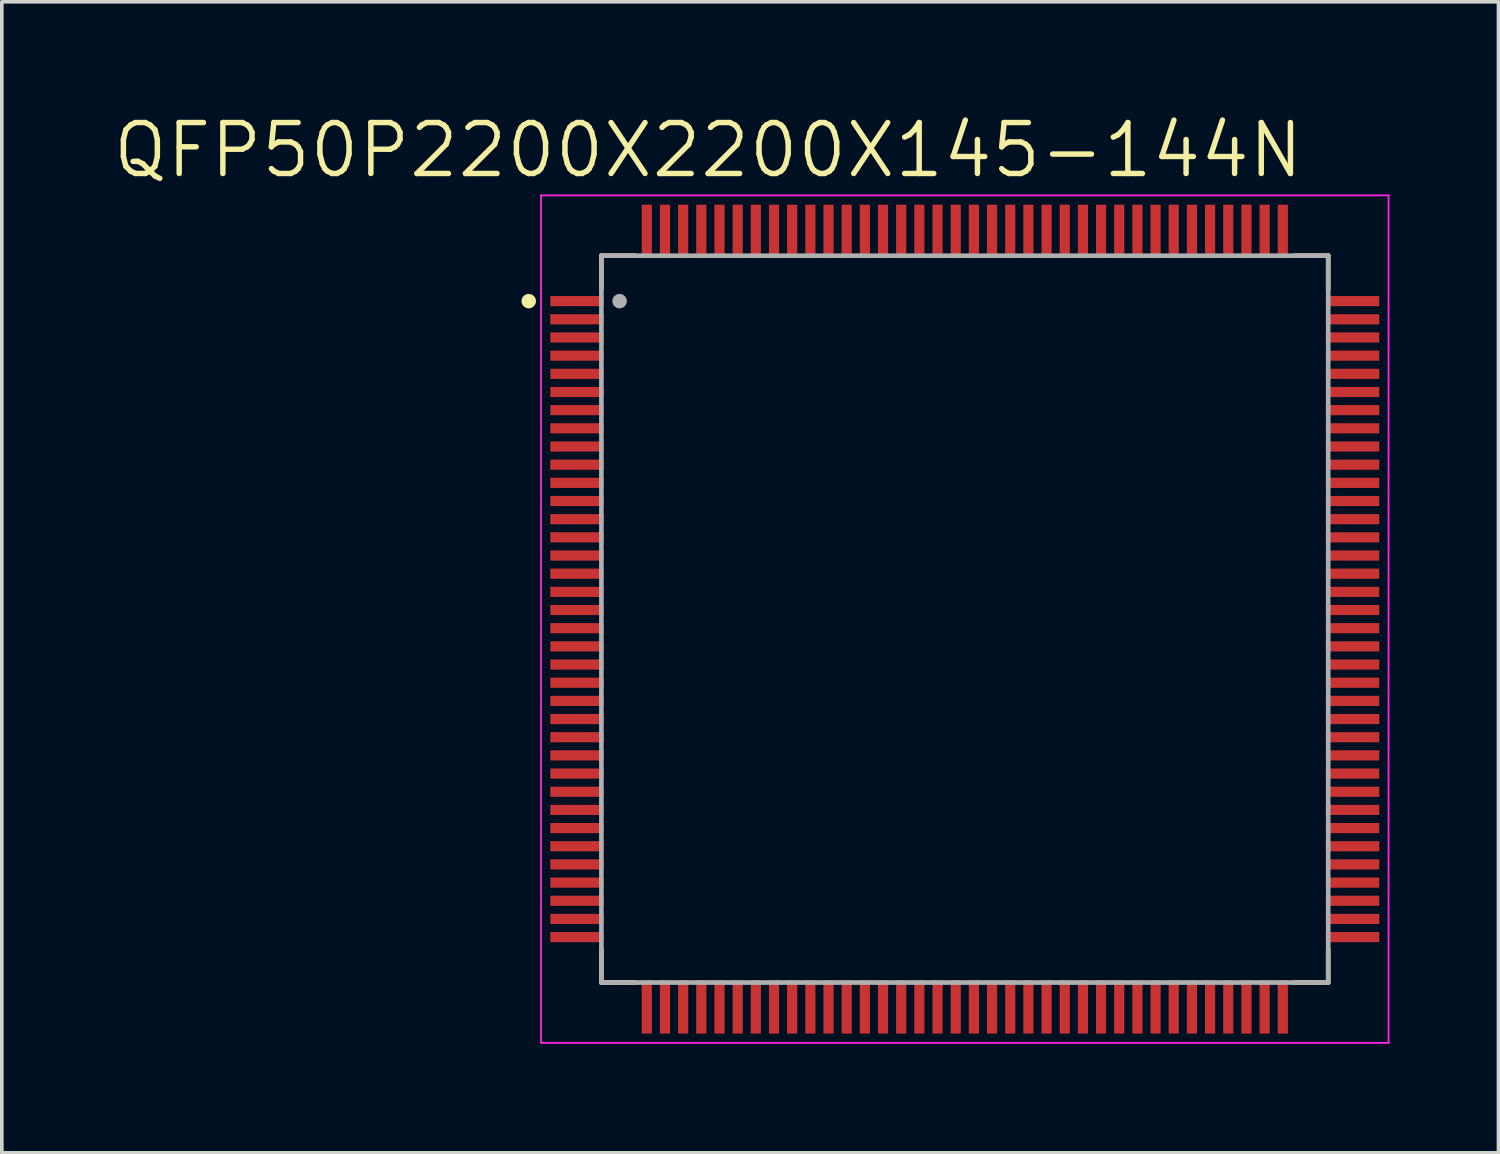
<source format=kicad_pcb>
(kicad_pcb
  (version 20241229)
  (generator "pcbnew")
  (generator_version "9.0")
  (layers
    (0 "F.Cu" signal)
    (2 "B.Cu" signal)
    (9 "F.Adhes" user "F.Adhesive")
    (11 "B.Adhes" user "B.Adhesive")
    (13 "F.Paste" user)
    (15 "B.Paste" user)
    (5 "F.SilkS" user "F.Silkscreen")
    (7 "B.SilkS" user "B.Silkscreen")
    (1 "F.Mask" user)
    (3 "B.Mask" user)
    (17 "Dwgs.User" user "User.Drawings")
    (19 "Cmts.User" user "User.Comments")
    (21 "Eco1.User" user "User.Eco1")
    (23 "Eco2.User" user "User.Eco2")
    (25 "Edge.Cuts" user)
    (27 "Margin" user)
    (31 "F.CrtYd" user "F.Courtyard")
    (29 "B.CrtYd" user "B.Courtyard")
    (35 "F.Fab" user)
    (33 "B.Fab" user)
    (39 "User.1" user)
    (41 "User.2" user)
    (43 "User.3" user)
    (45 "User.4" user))
  (footprint "QFP50P2200X2200X145-144N"
    (layer "F.Cu")
    (at 23.498 13.986)
    (property "Reference" "QFP50P2200X2200X145-144N" (at -7.063 -12.903 0) (layer "F.SilkS") (effects (font (size 1.402 1.402) (thickness 0.15))))
    (attr smd)
    (fp_line (start -10 -10) (end -9.07 -10) (stroke (width 0.127) (type solid)) (layer "F.SilkS"))
    (fp_line (start -10 -9.07) (end -10 -10) (stroke (width 0.127) (type solid)) (layer "F.SilkS"))
    (fp_line (start -10 9.07) (end -10 10) (stroke (width 0.127) (type solid)) (layer "F.SilkS"))
    (fp_line (start -10 10) (end -9.07 10) (stroke (width 0.127) (type solid)) (layer "F.SilkS"))
    (fp_line (start 9.07 -10) (end 10 -10) (stroke (width 0.127) (type solid)) (layer "F.SilkS"))
    (fp_line (start 9.07 10) (end 10 10) (stroke (width 0.127) (type solid)) (layer "F.SilkS"))
    (fp_line (start 10 -10) (end 10 -9.07) (stroke (width 0.127) (type solid)) (layer "F.SilkS"))
    (fp_line (start 10 10) (end 10 9.07) (stroke (width 0.127) (type solid)) (layer "F.SilkS"))
    (fp_circle (center -12 -8.75) (end -11.9 -8.75) (stroke (width 0.2) (type solid)) (fill no) (layer "F.SilkS"))
    (fp_line (start -11.66 -11.66) (end 11.66 -11.66) (stroke (width 0.05) (type solid)) (layer "F.CrtYd"))
    (fp_line (start -11.66 11.66) (end -11.66 -11.66) (stroke (width 0.05) (type solid)) (layer "F.CrtYd"))
    (fp_line (start 11.66 -11.66) (end 11.66 11.66) (stroke (width 0.05) (type solid)) (layer "F.CrtYd"))
    (fp_line (start 11.66 11.66) (end -11.66 11.66) (stroke (width 0.05) (type solid)) (layer "F.CrtYd"))
    (fp_line (start -10 -10) (end 10 -10) (stroke (width 0.127) (type solid)) (layer "F.Fab"))
    (fp_line (start -10 10) (end -10 -10) (stroke (width 0.127) (type solid)) (layer "F.Fab"))
    (fp_line (start 10 -10) (end 10 10) (stroke (width 0.127) (type solid)) (layer "F.Fab"))
    (fp_line (start 10 10) (end -10 10) (stroke (width 0.127) (type solid)) (layer "F.Fab"))
    (fp_circle (center -9.5 -8.75) (end -9.4 -8.75) (stroke (width 0.2) (type solid)) (fill no) (layer "F.Fab"))
    (pad "1" smd rect (at -10.67 -8.75) (size 1.47 0.28) (layers "F.Cu" "F.Mask" "F.Paste"))
    (pad "2" smd rect (at -10.67 -8.25) (size 1.47 0.28) (layers "F.Cu" "F.Mask" "F.Paste"))
    (pad "3" smd rect (at -10.67 -7.75) (size 1.47 0.28) (layers "F.Cu" "F.Mask" "F.Paste"))
    (pad "4" smd rect (at -10.67 -7.25) (size 1.47 0.28) (layers "F.Cu" "F.Mask" "F.Paste"))
    (pad "5" smd rect (at -10.67 -6.75) (size 1.47 0.28) (layers "F.Cu" "F.Mask" "F.Paste"))
    (pad "6" smd rect (at -10.67 -6.25) (size 1.47 0.28) (layers "F.Cu" "F.Mask" "F.Paste"))
    (pad "7" smd rect (at -10.67 -5.75) (size 1.47 0.28) (layers "F.Cu" "F.Mask" "F.Paste"))
    (pad "8" smd rect (at -10.67 -5.25) (size 1.47 0.28) (layers "F.Cu" "F.Mask" "F.Paste"))
    (pad "9" smd rect (at -10.67 -4.75) (size 1.47 0.28) (layers "F.Cu" "F.Mask" "F.Paste"))
    (pad "10" smd rect (at -10.67 -4.25) (size 1.47 0.28) (layers "F.Cu" "F.Mask" "F.Paste"))
    (pad "11" smd rect (at -10.67 -3.75) (size 1.47 0.28) (layers "F.Cu" "F.Mask" "F.Paste"))
    (pad "12" smd rect (at -10.67 -3.25) (size 1.47 0.28) (layers "F.Cu" "F.Mask" "F.Paste"))
    (pad "13" smd rect (at -10.67 -2.75) (size 1.47 0.28) (layers "F.Cu" "F.Mask" "F.Paste"))
    (pad "14" smd rect (at -10.67 -2.25) (size 1.47 0.28) (layers "F.Cu" "F.Mask" "F.Paste"))
    (pad "15" smd rect (at -10.67 -1.75) (size 1.47 0.28) (layers "F.Cu" "F.Mask" "F.Paste"))
    (pad "16" smd rect (at -10.67 -1.25) (size 1.47 0.28) (layers "F.Cu" "F.Mask" "F.Paste"))
    (pad "17" smd rect (at -10.67 -0.75) (size 1.47 0.28) (layers "F.Cu" "F.Mask" "F.Paste"))
    (pad "18" smd rect (at -10.67 -0.25) (size 1.47 0.28) (layers "F.Cu" "F.Mask" "F.Paste"))
    (pad "19" smd rect (at -10.67 0.25) (size 1.47 0.28) (layers "F.Cu" "F.Mask" "F.Paste"))
    (pad "20" smd rect (at -10.67 0.75) (size 1.47 0.28) (layers "F.Cu" "F.Mask" "F.Paste"))
    (pad "21" smd rect (at -10.67 1.25) (size 1.47 0.28) (layers "F.Cu" "F.Mask" "F.Paste"))
    (pad "22" smd rect (at -10.67 1.75) (size 1.47 0.28) (layers "F.Cu" "F.Mask" "F.Paste"))
    (pad "23" smd rect (at -10.67 2.25) (size 1.47 0.28) (layers "F.Cu" "F.Mask" "F.Paste"))
    (pad "24" smd rect (at -10.67 2.75) (size 1.47 0.28) (layers "F.Cu" "F.Mask" "F.Paste"))
    (pad "25" smd rect (at -10.67 3.25) (size 1.47 0.28) (layers "F.Cu" "F.Mask" "F.Paste"))
    (pad "26" smd rect (at -10.67 3.75) (size 1.47 0.28) (layers "F.Cu" "F.Mask" "F.Paste"))
    (pad "27" smd rect (at -10.67 4.25) (size 1.47 0.28) (layers "F.Cu" "F.Mask" "F.Paste"))
    (pad "28" smd rect (at -10.67 4.75) (size 1.47 0.28) (layers "F.Cu" "F.Mask" "F.Paste"))
    (pad "29" smd rect (at -10.67 5.25) (size 1.47 0.28) (layers "F.Cu" "F.Mask" "F.Paste"))
    (pad "30" smd rect (at -10.67 5.75) (size 1.47 0.28) (layers "F.Cu" "F.Mask" "F.Paste"))
    (pad "31" smd rect (at -10.67 6.25) (size 1.47 0.28) (layers "F.Cu" "F.Mask" "F.Paste"))
    (pad "32" smd rect (at -10.67 6.75) (size 1.47 0.28) (layers "F.Cu" "F.Mask" "F.Paste"))
    (pad "33" smd rect (at -10.67 7.25) (size 1.47 0.28) (layers "F.Cu" "F.Mask" "F.Paste"))
    (pad "34" smd rect (at -10.67 7.75) (size 1.47 0.28) (layers "F.Cu" "F.Mask" "F.Paste"))
    (pad "35" smd rect (at -10.67 8.25) (size 1.47 0.28) (layers "F.Cu" "F.Mask" "F.Paste"))
    (pad "36" smd rect (at -10.67 8.75) (size 1.47 0.28) (layers "F.Cu" "F.Mask" "F.Paste"))
    (pad "37" smd rect (at -8.75 10.67) (size 0.28 1.47) (layers "F.Cu" "F.Mask" "F.Paste"))
    (pad "38" smd rect (at -8.25 10.67) (size 0.28 1.47) (layers "F.Cu" "F.Mask" "F.Paste"))
    (pad "39" smd rect (at -7.75 10.67) (size 0.28 1.47) (layers "F.Cu" "F.Mask" "F.Paste"))
    (pad "40" smd rect (at -7.25 10.67) (size 0.28 1.47) (layers "F.Cu" "F.Mask" "F.Paste"))
    (pad "41" smd rect (at -6.75 10.67) (size 0.28 1.47) (layers "F.Cu" "F.Mask" "F.Paste"))
    (pad "42" smd rect (at -6.25 10.67) (size 0.28 1.47) (layers "F.Cu" "F.Mask" "F.Paste"))
    (pad "43" smd rect (at -5.75 10.67) (size 0.28 1.47) (layers "F.Cu" "F.Mask" "F.Paste"))
    (pad "44" smd rect (at -5.25 10.67) (size 0.28 1.47) (layers "F.Cu" "F.Mask" "F.Paste"))
    (pad "45" smd rect (at -4.75 10.67) (size 0.28 1.47) (layers "F.Cu" "F.Mask" "F.Paste"))
    (pad "46" smd rect (at -4.25 10.67) (size 0.28 1.47) (layers "F.Cu" "F.Mask" "F.Paste"))
    (pad "47" smd rect (at -3.75 10.67) (size 0.28 1.47) (layers "F.Cu" "F.Mask" "F.Paste"))
    (pad "48" smd rect (at -3.25 10.67) (size 0.28 1.47) (layers "F.Cu" "F.Mask" "F.Paste"))
    (pad "49" smd rect (at -2.75 10.67) (size 0.28 1.47) (layers "F.Cu" "F.Mask" "F.Paste"))
    (pad "50" smd rect (at -2.25 10.67) (size 0.28 1.47) (layers "F.Cu" "F.Mask" "F.Paste"))
    (pad "51" smd rect (at -1.75 10.67) (size 0.28 1.47) (layers "F.Cu" "F.Mask" "F.Paste"))
    (pad "52" smd rect (at -1.25 10.67) (size 0.28 1.47) (layers "F.Cu" "F.Mask" "F.Paste"))
    (pad "53" smd rect (at -0.75 10.67) (size 0.28 1.47) (layers "F.Cu" "F.Mask" "F.Paste"))
    (pad "54" smd rect (at -0.25 10.67) (size 0.28 1.47) (layers "F.Cu" "F.Mask" "F.Paste"))
    (pad "55" smd rect (at 0.25 10.67) (size 0.28 1.47) (layers "F.Cu" "F.Mask" "F.Paste"))
    (pad "56" smd rect (at 0.75 10.67) (size 0.28 1.47) (layers "F.Cu" "F.Mask" "F.Paste"))
    (pad "57" smd rect (at 1.25 10.67) (size 0.28 1.47) (layers "F.Cu" "F.Mask" "F.Paste"))
    (pad "58" smd rect (at 1.75 10.67) (size 0.28 1.47) (layers "F.Cu" "F.Mask" "F.Paste"))
    (pad "59" smd rect (at 2.25 10.67) (size 0.28 1.47) (layers "F.Cu" "F.Mask" "F.Paste"))
    (pad "60" smd rect (at 2.75 10.67) (size 0.28 1.47) (layers "F.Cu" "F.Mask" "F.Paste"))
    (pad "61" smd rect (at 3.25 10.67) (size 0.28 1.47) (layers "F.Cu" "F.Mask" "F.Paste"))
    (pad "62" smd rect (at 3.75 10.67) (size 0.28 1.47) (layers "F.Cu" "F.Mask" "F.Paste"))
    (pad "63" smd rect (at 4.25 10.67) (size 0.28 1.47) (layers "F.Cu" "F.Mask" "F.Paste"))
    (pad "64" smd rect (at 4.75 10.67) (size 0.28 1.47) (layers "F.Cu" "F.Mask" "F.Paste"))
    (pad "65" smd rect (at 5.25 10.67) (size 0.28 1.47) (layers "F.Cu" "F.Mask" "F.Paste"))
    (pad "66" smd rect (at 5.75 10.67) (size 0.28 1.47) (layers "F.Cu" "F.Mask" "F.Paste"))
    (pad "67" smd rect (at 6.25 10.67) (size 0.28 1.47) (layers "F.Cu" "F.Mask" "F.Paste"))
    (pad "68" smd rect (at 6.75 10.67) (size 0.28 1.47) (layers "F.Cu" "F.Mask" "F.Paste"))
    (pad "69" smd rect (at 7.25 10.67) (size 0.28 1.47) (layers "F.Cu" "F.Mask" "F.Paste"))
    (pad "70" smd rect (at 7.75 10.67) (size 0.28 1.47) (layers "F.Cu" "F.Mask" "F.Paste"))
    (pad "71" smd rect (at 8.25 10.67) (size 0.28 1.47) (layers "F.Cu" "F.Mask" "F.Paste"))
    (pad "72" smd rect (at 8.75 10.67) (size 0.28 1.47) (layers "F.Cu" "F.Mask" "F.Paste"))
    (pad "73" smd rect (at 10.67 8.75) (size 1.47 0.28) (layers "F.Cu" "F.Mask" "F.Paste"))
    (pad "74" smd rect (at 10.67 8.25) (size 1.47 0.28) (layers "F.Cu" "F.Mask" "F.Paste"))
    (pad "75" smd rect (at 10.67 7.75) (size 1.47 0.28) (layers "F.Cu" "F.Mask" "F.Paste"))
    (pad "76" smd rect (at 10.67 7.25) (size 1.47 0.28) (layers "F.Cu" "F.Mask" "F.Paste"))
    (pad "77" smd rect (at 10.67 6.75) (size 1.47 0.28) (layers "F.Cu" "F.Mask" "F.Paste"))
    (pad "78" smd rect (at 10.67 6.25) (size 1.47 0.28) (layers "F.Cu" "F.Mask" "F.Paste"))
    (pad "79" smd rect (at 10.67 5.75) (size 1.47 0.28) (layers "F.Cu" "F.Mask" "F.Paste"))
    (pad "80" smd rect (at 10.67 5.25) (size 1.47 0.28) (layers "F.Cu" "F.Mask" "F.Paste"))
    (pad "81" smd rect (at 10.67 4.75) (size 1.47 0.28) (layers "F.Cu" "F.Mask" "F.Paste"))
    (pad "82" smd rect (at 10.67 4.25) (size 1.47 0.28) (layers "F.Cu" "F.Mask" "F.Paste"))
    (pad "83" smd rect (at 10.67 3.75) (size 1.47 0.28) (layers "F.Cu" "F.Mask" "F.Paste"))
    (pad "84" smd rect (at 10.67 3.25) (size 1.47 0.28) (layers "F.Cu" "F.Mask" "F.Paste"))
    (pad "85" smd rect (at 10.67 2.75) (size 1.47 0.28) (layers "F.Cu" "F.Mask" "F.Paste"))
    (pad "86" smd rect (at 10.67 2.25) (size 1.47 0.28) (layers "F.Cu" "F.Mask" "F.Paste"))
    (pad "87" smd rect (at 10.67 1.75) (size 1.47 0.28) (layers "F.Cu" "F.Mask" "F.Paste"))
    (pad "88" smd rect (at 10.67 1.25) (size 1.47 0.28) (layers "F.Cu" "F.Mask" "F.Paste"))
    (pad "89" smd rect (at 10.67 0.75) (size 1.47 0.28) (layers "F.Cu" "F.Mask" "F.Paste"))
    (pad "90" smd rect (at 10.67 0.25) (size 1.47 0.28) (layers "F.Cu" "F.Mask" "F.Paste"))
    (pad "91" smd rect (at 10.67 -0.25) (size 1.47 0.28) (layers "F.Cu" "F.Mask" "F.Paste"))
    (pad "92" smd rect (at 10.67 -0.75) (size 1.47 0.28) (layers "F.Cu" "F.Mask" "F.Paste"))
    (pad "93" smd rect (at 10.67 -1.25) (size 1.47 0.28) (layers "F.Cu" "F.Mask" "F.Paste"))
    (pad "94" smd rect (at 10.67 -1.75) (size 1.47 0.28) (layers "F.Cu" "F.Mask" "F.Paste"))
    (pad "95" smd rect (at 10.67 -2.25) (size 1.47 0.28) (layers "F.Cu" "F.Mask" "F.Paste"))
    (pad "96" smd rect (at 10.67 -2.75) (size 1.47 0.28) (layers "F.Cu" "F.Mask" "F.Paste"))
    (pad "97" smd rect (at 10.67 -3.25) (size 1.47 0.28) (layers "F.Cu" "F.Mask" "F.Paste"))
    (pad "98" smd rect (at 10.67 -3.75) (size 1.47 0.28) (layers "F.Cu" "F.Mask" "F.Paste"))
    (pad "99" smd rect (at 10.67 -4.25) (size 1.47 0.28) (layers "F.Cu" "F.Mask" "F.Paste"))
    (pad "100" smd rect (at 10.67 -4.75) (size 1.47 0.28) (layers "F.Cu" "F.Mask" "F.Paste"))
    (pad "101" smd rect (at 10.67 -5.25) (size 1.47 0.28) (layers "F.Cu" "F.Mask" "F.Paste"))
    (pad "102" smd rect (at 10.67 -5.75) (size 1.47 0.28) (layers "F.Cu" "F.Mask" "F.Paste"))
    (pad "103" smd rect (at 10.67 -6.25) (size 1.47 0.28) (layers "F.Cu" "F.Mask" "F.Paste"))
    (pad "104" smd rect (at 10.67 -6.75) (size 1.47 0.28) (layers "F.Cu" "F.Mask" "F.Paste"))
    (pad "105" smd rect (at 10.67 -7.25) (size 1.47 0.28) (layers "F.Cu" "F.Mask" "F.Paste"))
    (pad "106" smd rect (at 10.67 -7.75) (size 1.47 0.28) (layers "F.Cu" "F.Mask" "F.Paste"))
    (pad "107" smd rect (at 10.67 -8.25) (size 1.47 0.28) (layers "F.Cu" "F.Mask" "F.Paste"))
    (pad "108" smd rect (at 10.67 -8.75) (size 1.47 0.28) (layers "F.Cu" "F.Mask" "F.Paste"))
    (pad "109" smd rect (at 8.75 -10.67) (size 0.28 1.47) (layers "F.Cu" "F.Mask" "F.Paste"))
    (pad "110" smd rect (at 8.25 -10.67) (size 0.28 1.47) (layers "F.Cu" "F.Mask" "F.Paste"))
    (pad "111" smd rect (at 7.75 -10.67) (size 0.28 1.47) (layers "F.Cu" "F.Mask" "F.Paste"))
    (pad "112" smd rect (at 7.25 -10.67) (size 0.28 1.47) (layers "F.Cu" "F.Mask" "F.Paste"))
    (pad "113" smd rect (at 6.75 -10.67) (size 0.28 1.47) (layers "F.Cu" "F.Mask" "F.Paste"))
    (pad "114" smd rect (at 6.25 -10.67) (size 0.28 1.47) (layers "F.Cu" "F.Mask" "F.Paste"))
    (pad "115" smd rect (at 5.75 -10.67) (size 0.28 1.47) (layers "F.Cu" "F.Mask" "F.Paste"))
    (pad "116" smd rect (at 5.25 -10.67) (size 0.28 1.47) (layers "F.Cu" "F.Mask" "F.Paste"))
    (pad "117" smd rect (at 4.75 -10.67) (size 0.28 1.47) (layers "F.Cu" "F.Mask" "F.Paste"))
    (pad "118" smd rect (at 4.25 -10.67) (size 0.28 1.47) (layers "F.Cu" "F.Mask" "F.Paste"))
    (pad "119" smd rect (at 3.75 -10.67) (size 0.28 1.47) (layers "F.Cu" "F.Mask" "F.Paste"))
    (pad "120" smd rect (at 3.25 -10.67) (size 0.28 1.47) (layers "F.Cu" "F.Mask" "F.Paste"))
    (pad "121" smd rect (at 2.75 -10.67) (size 0.28 1.47) (layers "F.Cu" "F.Mask" "F.Paste"))
    (pad "122" smd rect (at 2.25 -10.67) (size 0.28 1.47) (layers "F.Cu" "F.Mask" "F.Paste"))
    (pad "123" smd rect (at 1.75 -10.67) (size 0.28 1.47) (layers "F.Cu" "F.Mask" "F.Paste"))
    (pad "124" smd rect (at 1.25 -10.67) (size 0.28 1.47) (layers "F.Cu" "F.Mask" "F.Paste"))
    (pad "125" smd rect (at 0.75 -10.67) (size 0.28 1.47) (layers "F.Cu" "F.Mask" "F.Paste"))
    (pad "126" smd rect (at 0.25 -10.67) (size 0.28 1.47) (layers "F.Cu" "F.Mask" "F.Paste"))
    (pad "127" smd rect (at -0.25 -10.67) (size 0.28 1.47) (layers "F.Cu" "F.Mask" "F.Paste"))
    (pad "128" smd rect (at -0.75 -10.67) (size 0.28 1.47) (layers "F.Cu" "F.Mask" "F.Paste"))
    (pad "129" smd rect (at -1.25 -10.67) (size 0.28 1.47) (layers "F.Cu" "F.Mask" "F.Paste"))
    (pad "130" smd rect (at -1.75 -10.67) (size 0.28 1.47) (layers "F.Cu" "F.Mask" "F.Paste"))
    (pad "131" smd rect (at -2.25 -10.67) (size 0.28 1.47) (layers "F.Cu" "F.Mask" "F.Paste"))
    (pad "132" smd rect (at -2.75 -10.67) (size 0.28 1.47) (layers "F.Cu" "F.Mask" "F.Paste"))
    (pad "133" smd rect (at -3.25 -10.67) (size 0.28 1.47) (layers "F.Cu" "F.Mask" "F.Paste"))
    (pad "134" smd rect (at -3.75 -10.67) (size 0.28 1.47) (layers "F.Cu" "F.Mask" "F.Paste"))
    (pad "135" smd rect (at -4.25 -10.67) (size 0.28 1.47) (layers "F.Cu" "F.Mask" "F.Paste"))
    (pad "136" smd rect (at -4.75 -10.67) (size 0.28 1.47) (layers "F.Cu" "F.Mask" "F.Paste"))
    (pad "137" smd rect (at -5.25 -10.67) (size 0.28 1.47) (layers "F.Cu" "F.Mask" "F.Paste"))
    (pad "138" smd rect (at -5.75 -10.67) (size 0.28 1.47) (layers "F.Cu" "F.Mask" "F.Paste"))
    (pad "139" smd rect (at -6.25 -10.67) (size 0.28 1.47) (layers "F.Cu" "F.Mask" "F.Paste"))
    (pad "140" smd rect (at -6.75 -10.67) (size 0.28 1.47) (layers "F.Cu" "F.Mask" "F.Paste"))
    (pad "141" smd rect (at -7.25 -10.67) (size 0.28 1.47) (layers "F.Cu" "F.Mask" "F.Paste"))
    (pad "142" smd rect (at -7.75 -10.67) (size 0.28 1.47) (layers "F.Cu" "F.Mask" "F.Paste"))
    (pad "143" smd rect (at -8.25 -10.67) (size 0.28 1.47) (layers "F.Cu" "F.Mask" "F.Paste"))
    (pad "144" smd rect (at -8.75 -10.67) (size 0.28 1.47) (layers "F.Cu" "F.Mask" "F.Paste")))
  (gr_rect
    (start -3 -3)
    (end 38.183 28.671)
    (stroke (width 0.1) (type default))
    (fill no)
    (layer "Edge.Cuts")))
</source>
